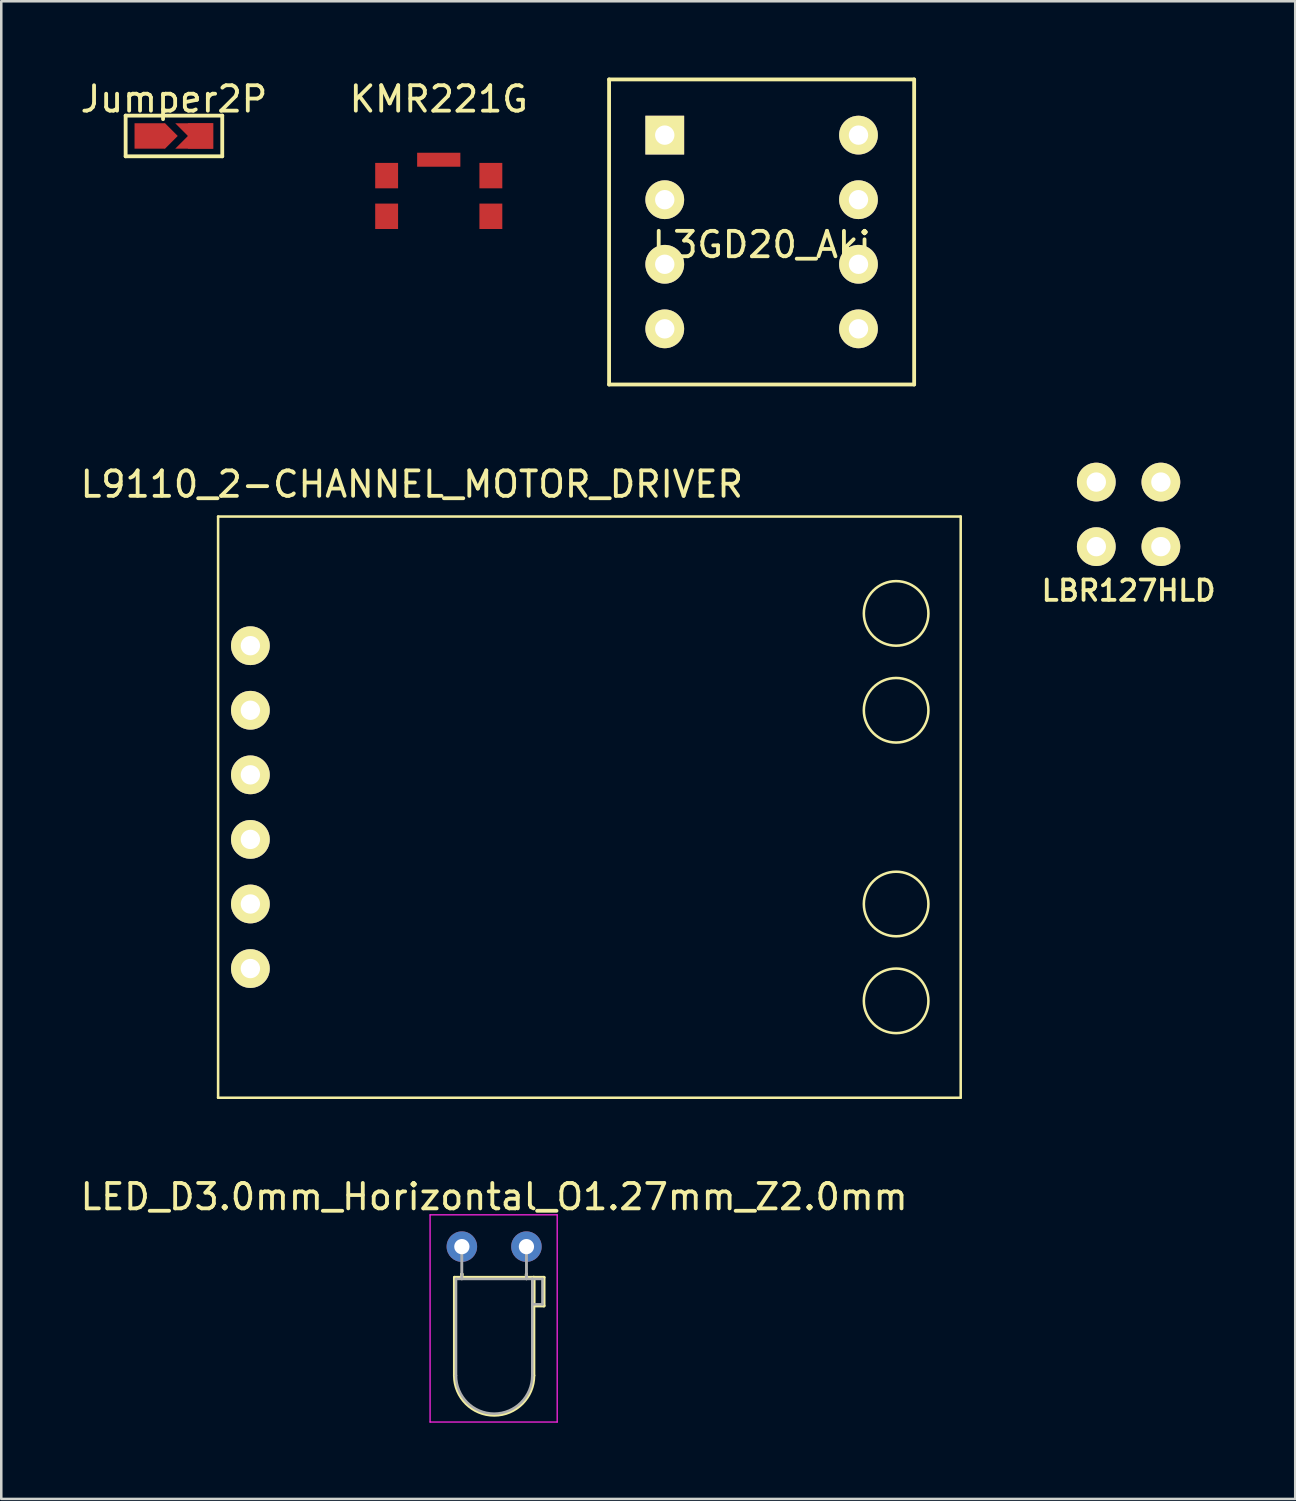
<source format=kicad_pcb>
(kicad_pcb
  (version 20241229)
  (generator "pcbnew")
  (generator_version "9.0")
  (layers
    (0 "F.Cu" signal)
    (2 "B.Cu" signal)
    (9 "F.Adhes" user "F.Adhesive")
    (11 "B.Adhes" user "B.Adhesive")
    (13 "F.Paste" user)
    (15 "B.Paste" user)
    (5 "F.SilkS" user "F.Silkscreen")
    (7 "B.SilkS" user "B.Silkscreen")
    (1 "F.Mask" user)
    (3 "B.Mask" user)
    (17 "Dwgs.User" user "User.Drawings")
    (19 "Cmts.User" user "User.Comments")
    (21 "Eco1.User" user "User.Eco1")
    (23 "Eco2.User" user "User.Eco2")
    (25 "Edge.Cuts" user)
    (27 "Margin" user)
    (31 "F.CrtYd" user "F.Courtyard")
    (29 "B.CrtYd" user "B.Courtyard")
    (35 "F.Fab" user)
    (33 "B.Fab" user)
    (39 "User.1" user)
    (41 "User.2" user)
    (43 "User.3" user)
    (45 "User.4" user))
  (footprint "LBR127HLD"
    (layer "F.Cu")
    (at 41.343 17.182)
    (property "Reference" "LBR127HLD" (at 0 3 180) (layer "F.SilkS") (effects (font (size 0.8 0.8) (thickness 0.15))))
    (attr through_hole)
    (pad "1" thru_hole circle (at 1.27 1.27) (size 1.524 1.524) (drill 0.762) (layers "*.Cu" "*.Mask" "F.SilkS"))
    (pad "2" thru_hole circle (at -1.27 1.27) (size 1.524 1.524) (drill 0.762) (layers "*.Cu" "*.Mask" "F.SilkS"))
    (pad "3" thru_hole circle (at 1.27 -1.27) (size 1.524 1.524) (drill 0.762) (layers "*.Cu" "*.Mask" "F.SilkS"))
    (pad "4" thru_hole circle (at -1.27 -1.27) (size 1.524 1.524) (drill 0.762) (layers "*.Cu" "*.Mask" "F.SilkS")))
  (footprint "KMR221G"
    (layer "F.Cu")
    (at 14.208 4.658)
    (property "Reference" "KMR221G" (at 0 -3.81 0) (layer "F.SilkS") (effects (font (size 1 1) (thickness 0.15))))
    (attr through_hole)
    (pad "1" smd rect (at -2.05 0.8) (size 0.9 1) (layers "F.Cu" "F.Mask" "F.Paste"))
    (pad "1" smd rect (at 2.05 0.8) (size 0.9 1) (layers "F.Cu" "F.Mask" "F.Paste"))
    (pad "2" smd rect (at -2.05 -0.8) (size 0.9 1) (layers "F.Cu" "F.Mask" "F.Paste"))
    (pad "2" smd rect (at 2.05 -0.8) (size 0.9 1) (layers "F.Cu" "F.Mask" "F.Paste"))
    (pad "~" smd rect (at 0 -1.425) (size 1.7 0.55) (layers "F.Cu" "F.Mask" "F.Paste")))
  (footprint "L9110_2-CHANNEL_MOTOR_DRIVER"
    (layer "F.Cu")
    (at 6.799 28.698)
    (property "Reference" "L9110_2-CHANNEL_MOTOR_DRIVER" (at 6.35 -12.7 0) (layer "F.SilkS") (effects (font (size 1 1) (thickness 0.15))))
    (attr through_hole)
    (fp_line (start -1.27 -11.43) (end -1.27 11.43) (stroke (width 0.1) (type solid)) (layer "F.SilkS"))
    (fp_line (start -1.27 11.43) (end 27.94 11.43) (stroke (width 0.1) (type solid)) (layer "F.SilkS"))
    (fp_line (start 27.94 -11.43) (end -1.27 -11.43) (stroke (width 0.1) (type solid)) (layer "F.SilkS"))
    (fp_line (start 27.94 11.43) (end 27.94 -11.43) (stroke (width 0.1) (type solid)) (layer "F.SilkS"))
    (fp_circle (center 25.4 -7.62) (end 25.4 -8.89) (stroke (width 0.1) (type solid)) (fill no) (layer "F.SilkS"))
    (fp_circle (center 25.4 -3.81) (end 25.4 -5.08) (stroke (width 0.1) (type solid)) (fill no) (layer "F.SilkS"))
    (fp_circle (center 25.4 3.81) (end 25.4 2.54) (stroke (width 0.1) (type solid)) (fill no) (layer "F.SilkS"))
    (fp_circle (center 25.4 7.62) (end 25.4 6.35) (stroke (width 0.1) (type solid)) (fill no) (layer "F.SilkS"))
    (pad "1" thru_hole circle (at 0 6.35) (size 1.524 1.524) (drill 0.762) (layers "*.Cu" "*.Mask" "F.SilkS"))
    (pad "2" thru_hole circle (at 0 3.81) (size 1.524 1.524) (drill 0.762) (layers "*.Cu" "*.Mask" "F.SilkS"))
    (pad "3" thru_hole circle (at 0 1.27) (size 1.524 1.524) (drill 0.762) (layers "*.Cu" "*.Mask" "F.SilkS"))
    (pad "4" thru_hole circle (at 0 -1.27) (size 1.524 1.524) (drill 0.762) (layers "*.Cu" "*.Mask" "F.SilkS"))
    (pad "5" thru_hole circle (at 0 -3.81) (size 1.524 1.524) (drill 0.762) (layers "*.Cu" "*.Mask" "F.SilkS"))
    (pad "6" thru_hole circle (at 0 -6.35) (size 1.524 1.524) (drill 0.762) (layers "*.Cu" "*.Mask" "F.SilkS")))
  (footprint "L3GD20_Aki"
    (layer "F.Cu")
    (at 26.908 6.075)
    (property "Reference" "L3GD20_Aki" (at 0 0.5 0) (layer "F.SilkS") (effects (font (size 1 1) (thickness 0.15))))
    (attr through_hole)
    (fp_line (start -6 -6) (end 6 -6) (stroke (width 0.15) (type solid)) (layer "F.SilkS"))
    (fp_line (start -6 6) (end -6 -6) (stroke (width 0.15) (type solid)) (layer "F.SilkS"))
    (fp_line (start 6 -6) (end 6 6) (stroke (width 0.15) (type solid)) (layer "F.SilkS"))
    (fp_line (start 6 6) (end -6 6) (stroke (width 0.15) (type solid)) (layer "F.SilkS"))
    (pad "1" thru_hole rect (at -3.81 -3.81) (size 1.524 1.524) (drill 0.762) (layers "*.Cu" "*.Mask" "F.SilkS"))
    (pad "2" thru_hole circle (at -3.81 -1.27) (size 1.524 1.524) (drill 0.762) (layers "*.Cu" "*.Mask" "F.SilkS"))
    (pad "3" thru_hole circle (at -3.81 1.27) (size 1.524 1.524) (drill 0.762) (layers "*.Cu" "*.Mask" "F.SilkS"))
    (pad "4" thru_hole circle (at -3.81 3.81) (size 1.524 1.524) (drill 0.762) (layers "*.Cu" "*.Mask" "F.SilkS"))
    (pad "5" thru_hole circle (at 3.81 3.81) (size 1.524 1.524) (drill 0.762) (layers "*.Cu" "*.Mask" "F.SilkS"))
    (pad "6" thru_hole circle (at 3.81 1.27) (size 1.524 1.524) (drill 0.762) (layers "*.Cu" "*.Mask" "F.SilkS"))
    (pad "7" thru_hole circle (at 3.81 -1.27) (size 1.524 1.524) (drill 0.762) (layers "*.Cu" "*.Mask" "F.SilkS"))
    (pad "8" thru_hole circle (at 3.81 -3.81) (size 1.524 1.524) (drill 0.762) (layers "*.Cu" "*.Mask" "F.SilkS")))
  (footprint "Jumper2P"
    (layer "F.Cu")
    (at 3.792 2.298)
    (property "Reference" "Jumper2P" (at 0 -1.45 0) (layer "F.SilkS") (effects (font (size 1 1) (thickness 0.15))))
    (attr smd)
    (fp_line (start -1.9 -0.8) (end -1.9 0.8) (stroke (width 0.15) (type solid)) (layer "F.SilkS"))
    (fp_line (start -1.9 -0.8) (end 1.9 -0.8) (stroke (width 0.15) (type solid)) (layer "F.SilkS"))
    (fp_line (start 1.9 0.8) (end -1.9 0.8) (stroke (width 0.15) (type solid)) (layer "F.SilkS"))
    (fp_line (start 1.9 0.8) (end 1.9 -0.8) (stroke (width 0.15) (type solid)) (layer "F.SilkS"))
    (pad "1" smd rect (at -0.95 0) (size 1.2 1) (layers "F.Cu" "F.Mask" "F.Paste"))
    (pad "1" smd rect (at -0.35 0 45) (size 0.707 0.707) (layers "F.Cu" "F.Mask" "F.Paste"))
    (pad "2" smd trapezoid (at 0.8 -0.25 180) (size 1 0.5) (rect_delta 0 0.5) (layers "F.Cu" "F.Mask" "F.Paste"))
    (pad "2" smd trapezoid (at 0.8 0.25) (size 1 0.5) (rect_delta 0 0.5) (layers "F.Cu" "F.Mask" "F.Paste"))
    (pad "2" smd rect (at 1.05 0 180) (size 1 1) (layers "F.Cu" "F.Mask" "F.Paste")))
  (footprint "LED_D3.0mm_Horizontal_O1.27mm_Z2.0mm"
    (layer "F.Cu")
    (at 16.387 45.986)
    (property "Reference" "LED_D3.0mm_Horizontal_O1.27mm_Z2.0mm" (at 0 -1.96 0) (layer "F.SilkS") (effects (font (size 1 1) (thickness 0.15))))
    (attr through_hole)
    (fp_line (start -1.56 1.21) (end -1.56 5.07) (stroke (width 0.12) (type solid)) (layer "F.SilkS"))
    (fp_line (start -1.56 1.21) (end 1.56 1.21) (stroke (width 0.12) (type solid)) (layer "F.SilkS"))
    (fp_line (start -1.27 1.08) (end -1.27 1.08) (stroke (width 0.12) (type solid)) (layer "F.SilkS"))
    (fp_line (start -1.27 1.08) (end -1.27 1.21) (stroke (width 0.12) (type solid)) (layer "F.SilkS"))
    (fp_line (start -1.27 1.21) (end -1.27 1.08) (stroke (width 0.12) (type solid)) (layer "F.SilkS"))
    (fp_line (start -1.27 1.21) (end -1.27 1.21) (stroke (width 0.12) (type solid)) (layer "F.SilkS"))
    (fp_line (start 1.27 1.08) (end 1.27 1.08) (stroke (width 0.12) (type solid)) (layer "F.SilkS"))
    (fp_line (start 1.27 1.08) (end 1.27 1.21) (stroke (width 0.12) (type solid)) (layer "F.SilkS"))
    (fp_line (start 1.27 1.21) (end 1.27 1.08) (stroke (width 0.12) (type solid)) (layer "F.SilkS"))
    (fp_line (start 1.27 1.21) (end 1.27 1.21) (stroke (width 0.12) (type solid)) (layer "F.SilkS"))
    (fp_line (start 1.56 1.21) (end 1.56 5.07) (stroke (width 0.12) (type solid)) (layer "F.SilkS"))
    (fp_line (start 1.56 1.21) (end 1.96 1.21) (stroke (width 0.12) (type solid)) (layer "F.SilkS"))
    (fp_line (start 1.56 2.33) (end 1.56 1.21) (stroke (width 0.12) (type solid)) (layer "F.SilkS"))
    (fp_line (start 1.96 1.21) (end 1.96 2.33) (stroke (width 0.12) (type solid)) (layer "F.SilkS"))
    (fp_line (start 1.96 2.33) (end 1.56 2.33) (stroke (width 0.12) (type solid)) (layer "F.SilkS"))
    (fp_arc (start 1.56 5.07) (mid 0 6.63) (end -1.56 5.07) (stroke (width 0.12) (type solid)) (layer "F.SilkS"))
    (fp_line (start -2.52 -1.25) (end -2.52 6.9) (stroke (width 0.05) (type solid)) (layer "F.CrtYd"))
    (fp_line (start -2.52 6.9) (end 2.48 6.9) (stroke (width 0.05) (type solid)) (layer "F.CrtYd"))
    (fp_line (start 2.48 -1.25) (end -2.52 -1.25) (stroke (width 0.05) (type solid)) (layer "F.CrtYd"))
    (fp_line (start 2.48 6.9) (end 2.48 -1.25) (stroke (width 0.05) (type solid)) (layer "F.CrtYd"))
    (fp_line (start -1.5 1.27) (end -1.5 5.07) (stroke (width 0.1) (type solid)) (layer "F.Fab"))
    (fp_line (start -1.5 1.27) (end 1.5 1.27) (stroke (width 0.1) (type solid)) (layer "F.Fab"))
    (fp_line (start -1.27 0) (end -1.27 0) (stroke (width 0.1) (type solid)) (layer "F.Fab"))
    (fp_line (start -1.27 0) (end -1.27 1.27) (stroke (width 0.1) (type solid)) (layer "F.Fab"))
    (fp_line (start -1.27 1.27) (end -1.27 0) (stroke (width 0.1) (type solid)) (layer "F.Fab"))
    (fp_line (start -1.27 1.27) (end -1.27 1.27) (stroke (width 0.1) (type solid)) (layer "F.Fab"))
    (fp_line (start 1.27 0) (end 1.27 0) (stroke (width 0.1) (type solid)) (layer "F.Fab"))
    (fp_line (start 1.27 0) (end 1.27 1.27) (stroke (width 0.1) (type solid)) (layer "F.Fab"))
    (fp_line (start 1.27 1.27) (end 1.27 0) (stroke (width 0.1) (type solid)) (layer "F.Fab"))
    (fp_line (start 1.27 1.27) (end 1.27 1.27) (stroke (width 0.1) (type solid)) (layer "F.Fab"))
    (fp_line (start 1.5 1.27) (end 1.5 5.07) (stroke (width 0.1) (type solid)) (layer "F.Fab"))
    (fp_line (start 1.5 1.27) (end 1.9 1.27) (stroke (width 0.1) (type solid)) (layer "F.Fab"))
    (fp_line (start 1.5 2.27) (end 1.5 1.27) (stroke (width 0.1) (type solid)) (layer "F.Fab"))
    (fp_line (start 1.9 1.27) (end 1.9 2.27) (stroke (width 0.1) (type solid)) (layer "F.Fab"))
    (fp_line (start 1.9 2.27) (end 1.5 2.27) (stroke (width 0.1) (type solid)) (layer "F.Fab"))
    (fp_arc (start 1.5 5.07) (mid 0 6.57) (end -1.5 5.07) (stroke (width 0.1) (type solid)) (layer "F.Fab"))
    (pad "1" thru_hole circle (at -1.27 0) (size 1.2 1.2) (drill 0.6) (layers "*.Cu" "*.Mask"))
    (pad "2" thru_hole circle (at 1.27 0) (size 1.2 1.2) (drill 0.6) (layers "*.Cu" "*.Mask")))
  (gr_rect
    (start -3 -3)
    (end 47.898 55.911)
    (stroke (width 0.1) (type default))
    (fill no)
    (layer "Edge.Cuts")))
</source>
